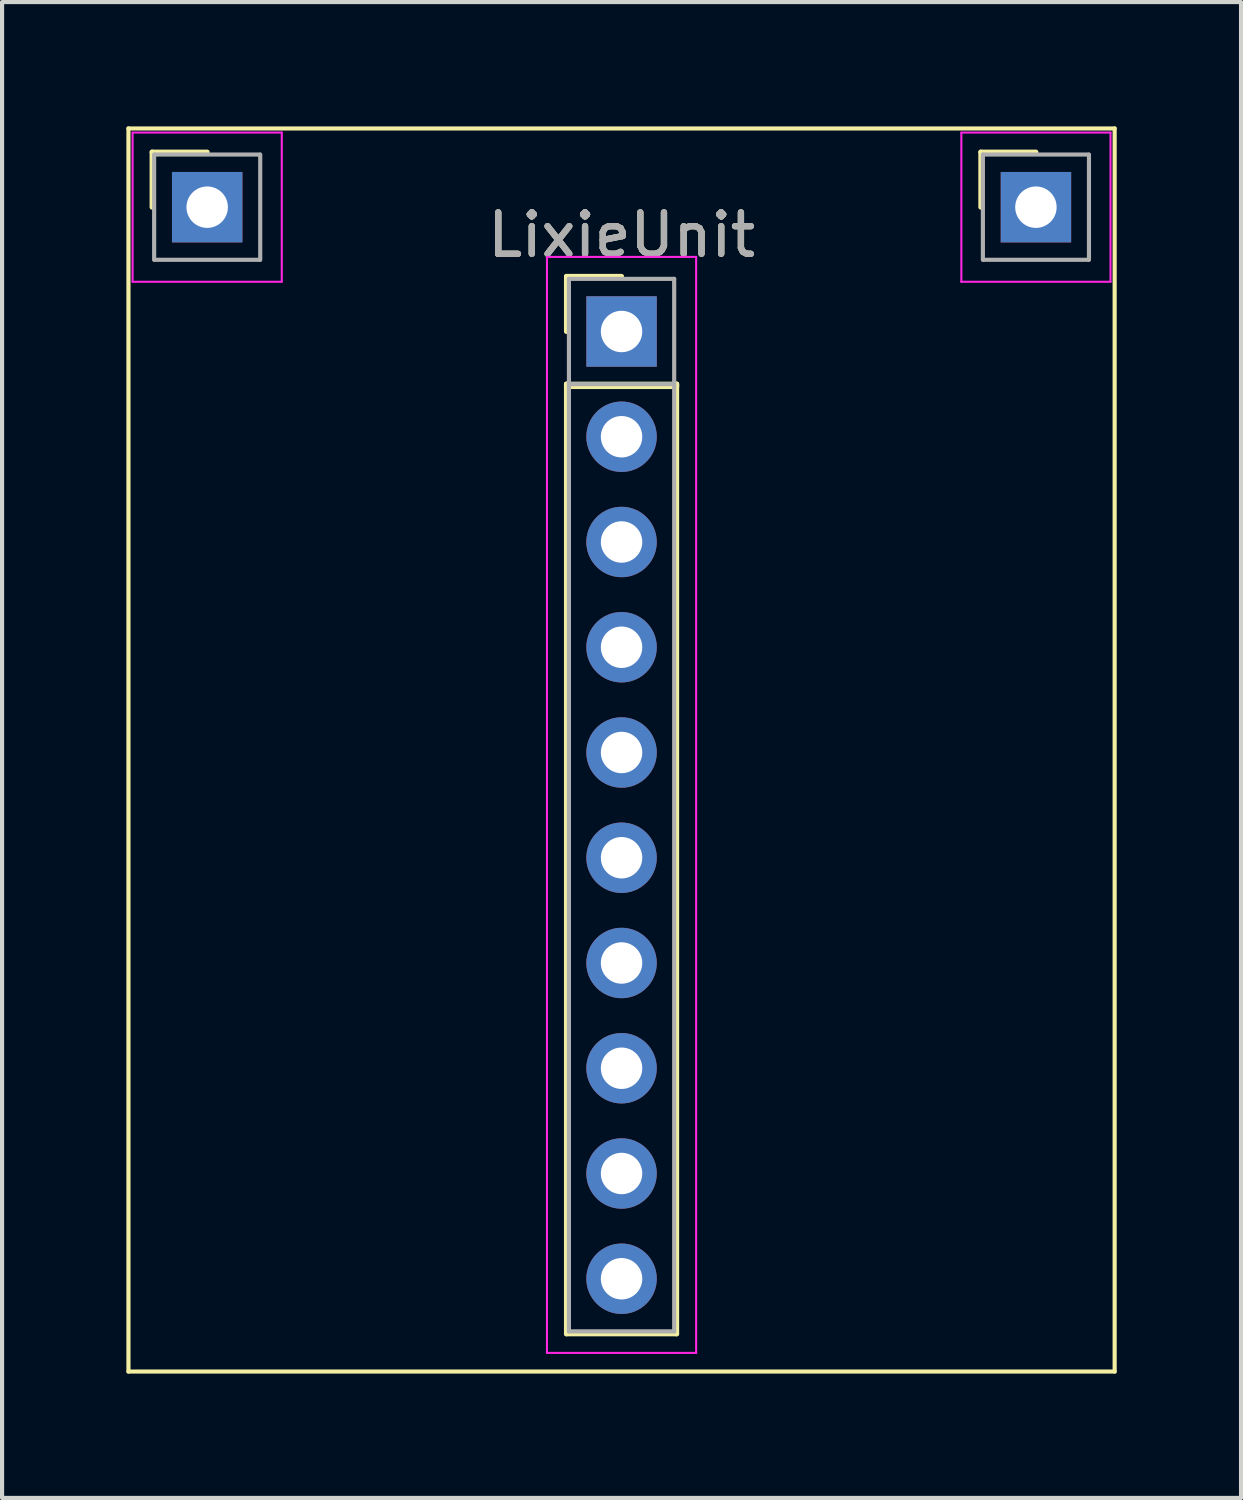
<source format=kicad_pcb>
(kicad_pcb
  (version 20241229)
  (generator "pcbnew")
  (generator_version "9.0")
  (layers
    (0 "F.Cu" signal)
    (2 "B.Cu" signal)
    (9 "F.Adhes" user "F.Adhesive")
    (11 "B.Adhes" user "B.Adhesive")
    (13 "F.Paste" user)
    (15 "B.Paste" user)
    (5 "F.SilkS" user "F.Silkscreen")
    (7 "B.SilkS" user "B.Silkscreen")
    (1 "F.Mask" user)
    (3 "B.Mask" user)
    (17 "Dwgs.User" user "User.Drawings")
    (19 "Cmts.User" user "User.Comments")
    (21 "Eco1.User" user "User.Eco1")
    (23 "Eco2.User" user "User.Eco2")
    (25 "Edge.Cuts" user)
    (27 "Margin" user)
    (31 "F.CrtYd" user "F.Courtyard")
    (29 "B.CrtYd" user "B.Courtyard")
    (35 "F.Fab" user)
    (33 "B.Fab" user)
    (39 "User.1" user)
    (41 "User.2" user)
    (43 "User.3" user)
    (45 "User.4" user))
  (footprint "LixieUnit"
    (layer "F.Cu")
    (at 11.95 5.45)
    (property "Reference" "LixieUnit" (at 0 -2.83 0) (layer "F.SilkS") (effects (font (size 1 1) (thickness 0.15))))
    (attr through_hole)
    (fp_line (start -11.9 -5.4) (end -11.9 24.6) (stroke (width 0.1) (type solid)) (layer "F.SilkS"))
    (fp_line (start -11.33 -4.83) (end -10 -4.83) (stroke (width 0.12) (type solid)) (layer "F.SilkS"))
    (fp_line (start -11.33 -3.5) (end -11.33 -4.83) (stroke (width 0.12) (type solid)) (layer "F.SilkS"))
    (fp_line (start -1.33 -1.83) (end 0 -1.83) (stroke (width 0.12) (type solid)) (layer "F.SilkS"))
    (fp_line (start -1.33 -0.5) (end -1.33 -1.83) (stroke (width 0.12) (type solid)) (layer "F.SilkS"))
    (fp_line (start -1.33 0.77) (end -1.33 0.83) (stroke (width 0.12) (type solid)) (layer "F.SilkS"))
    (fp_line (start -1.33 0.77) (end -1.33 23.69) (stroke (width 0.12) (type solid)) (layer "F.SilkS"))
    (fp_line (start -1.33 0.83) (end 1.33 0.83) (stroke (width 0.12) (type solid)) (layer "F.SilkS"))
    (fp_line (start -1.33 23.69) (end 1.33 23.69) (stroke (width 0.12) (type solid)) (layer "F.SilkS"))
    (fp_line (start 1.33 0.77) (end -1.33 0.77) (stroke (width 0.12) (type solid)) (layer "F.SilkS"))
    (fp_line (start 1.33 0.83) (end 1.33 0.77) (stroke (width 0.12) (type solid)) (layer "F.SilkS"))
    (fp_line (start 1.33 23.69) (end 1.33 0.77) (stroke (width 0.12) (type solid)) (layer "F.SilkS"))
    (fp_line (start 8.67 -4.83) (end 10 -4.83) (stroke (width 0.12) (type solid)) (layer "F.SilkS"))
    (fp_line (start 8.67 -3.5) (end 8.67 -4.83) (stroke (width 0.12) (type solid)) (layer "F.SilkS"))
    (fp_line (start 11.9 -5.4) (end -11.9 -5.4) (stroke (width 0.1) (type solid)) (layer "F.SilkS"))
    (fp_line (start 11.9 -5.4) (end 11.9 24.6) (stroke (width 0.1) (type solid)) (layer "F.SilkS"))
    (fp_line (start 11.9 24.6) (end -11.9 24.6) (stroke (width 0.1) (type solid)) (layer "F.SilkS"))
    (fp_line (start -11.8 -5.3) (end -11.8 -1.7) (stroke (width 0.05) (type solid)) (layer "F.CrtYd"))
    (fp_line (start -11.8 -1.7) (end -8.2 -1.7) (stroke (width 0.05) (type solid)) (layer "F.CrtYd"))
    (fp_line (start -8.2 -5.3) (end -11.8 -5.3) (stroke (width 0.05) (type solid)) (layer "F.CrtYd"))
    (fp_line (start -8.2 -1.7) (end -8.2 -5.3) (stroke (width 0.05) (type solid)) (layer "F.CrtYd"))
    (fp_line (start -1.8 -2.3) (end -1.8 24.15) (stroke (width 0.05) (type solid)) (layer "F.CrtYd"))
    (fp_line (start -1.8 24.15) (end 1.8 24.15) (stroke (width 0.05) (type solid)) (layer "F.CrtYd"))
    (fp_line (start 1.8 -2.3) (end -1.8 -2.3) (stroke (width 0.05) (type solid)) (layer "F.CrtYd"))
    (fp_line (start 1.8 24.15) (end 1.8 -2.3) (stroke (width 0.05) (type solid)) (layer "F.CrtYd"))
    (fp_line (start 8.2 -5.3) (end 8.2 -1.7) (stroke (width 0.05) (type solid)) (layer "F.CrtYd"))
    (fp_line (start 8.2 -1.7) (end 11.8 -1.7) (stroke (width 0.05) (type solid)) (layer "F.CrtYd"))
    (fp_line (start 11.8 -5.3) (end 8.2 -5.3) (stroke (width 0.05) (type solid)) (layer "F.CrtYd"))
    (fp_line (start 11.8 -1.7) (end 11.8 -5.3) (stroke (width 0.05) (type solid)) (layer "F.CrtYd"))
    (fp_line (start -11.28 -2.23) (end -11.28 -4.77) (stroke (width 0.1) (type solid)) (layer "F.Fab"))
    (fp_line (start -11.27 -2.23) (end -8.73 -2.23) (stroke (width 0.1) (type solid)) (layer "F.Fab"))
    (fp_line (start -8.73 -4.77) (end -11.27 -4.77) (stroke (width 0.1) (type solid)) (layer "F.Fab"))
    (fp_line (start -8.72 -4.77) (end -8.72 -2.23) (stroke (width 0.1) (type solid)) (layer "F.Fab"))
    (fp_line (start -1.27 -1.77) (end -1.27 23.63) (stroke (width 0.1) (type solid)) (layer "F.Fab"))
    (fp_line (start -1.27 0.77) (end 1.27 0.77) (stroke (width 0.1) (type solid)) (layer "F.Fab"))
    (fp_line (start -1.27 23.63) (end 1.27 23.63) (stroke (width 0.1) (type solid)) (layer "F.Fab"))
    (fp_line (start 1.27 -1.77) (end -1.27 -1.77) (stroke (width 0.1) (type solid)) (layer "F.Fab"))
    (fp_line (start 1.27 23.63) (end 1.27 -1.77) (stroke (width 0.1) (type solid)) (layer "F.Fab"))
    (fp_line (start 8.72 -2.23) (end 8.72 -4.77) (stroke (width 0.1) (type solid)) (layer "F.Fab"))
    (fp_line (start 8.73 -2.23) (end 11.27 -2.23) (stroke (width 0.1) (type solid)) (layer "F.Fab"))
    (fp_line (start 11.27 -4.77) (end 8.73 -4.77) (stroke (width 0.1) (type solid)) (layer "F.Fab"))
    (fp_line (start 11.28 -4.77) (end 11.28 -2.23) (stroke (width 0.1) (type solid)) (layer "F.Fab"))
    (fp_text user "${REFERENCE}" (at 0 -2.83 0) (layer "F.Fab") (effects (font (size 1 1) (thickness 0.15))))
    (fp_text user "${REFERENCE}" (at 0 -2.83 0) (layer "F.Fab") (effects (font (size 1 1) (thickness 0.15))))
    (pad "1" thru_hole rect (at 10 -3.5) (size 1.7 1.7) (drill 1) (layers "*.Cu" "*.Mask"))
    (pad "2" thru_hole rect (at -10 -3.5) (size 1.7 1.7) (drill 1) (layers "*.Cu" "*.Mask"))
    (pad "3" thru_hole rect (at 0 -0.5) (size 1.7 1.7) (drill 1) (layers "*.Cu" "*.Mask"))
    (pad "4" thru_hole oval (at 0 2.04) (size 1.7 1.7) (drill 1) (layers "*.Cu" "*.Mask"))
    (pad "5" thru_hole oval (at 0 4.58) (size 1.7 1.7) (drill 1) (layers "*.Cu" "*.Mask"))
    (pad "6" thru_hole oval (at 0 7.12) (size 1.7 1.7) (drill 1) (layers "*.Cu" "*.Mask"))
    (pad "7" thru_hole oval (at 0 9.66) (size 1.7 1.7) (drill 1) (layers "*.Cu" "*.Mask"))
    (pad "8" thru_hole oval (at 0 12.2) (size 1.7 1.7) (drill 1) (layers "*.Cu" "*.Mask"))
    (pad "9" thru_hole oval (at 0 14.74) (size 1.7 1.7) (drill 1) (layers "*.Cu" "*.Mask"))
    (pad "10" thru_hole oval (at 0 17.28) (size 1.7 1.7) (drill 1) (layers "*.Cu" "*.Mask"))
    (pad "11" thru_hole oval (at 0 19.82) (size 1.7 1.7) (drill 1) (layers "*.Cu" "*.Mask"))
    (pad "12" thru_hole oval (at 0 22.36) (size 1.7 1.7) (drill 1) (layers "*.Cu" "*.Mask")))
  (gr_rect
    (start -3 -3)
    (end 26.9 33.1)
    (stroke (width 0.1) (type default))
    (fill no)
    (layer "Edge.Cuts")))
</source>
